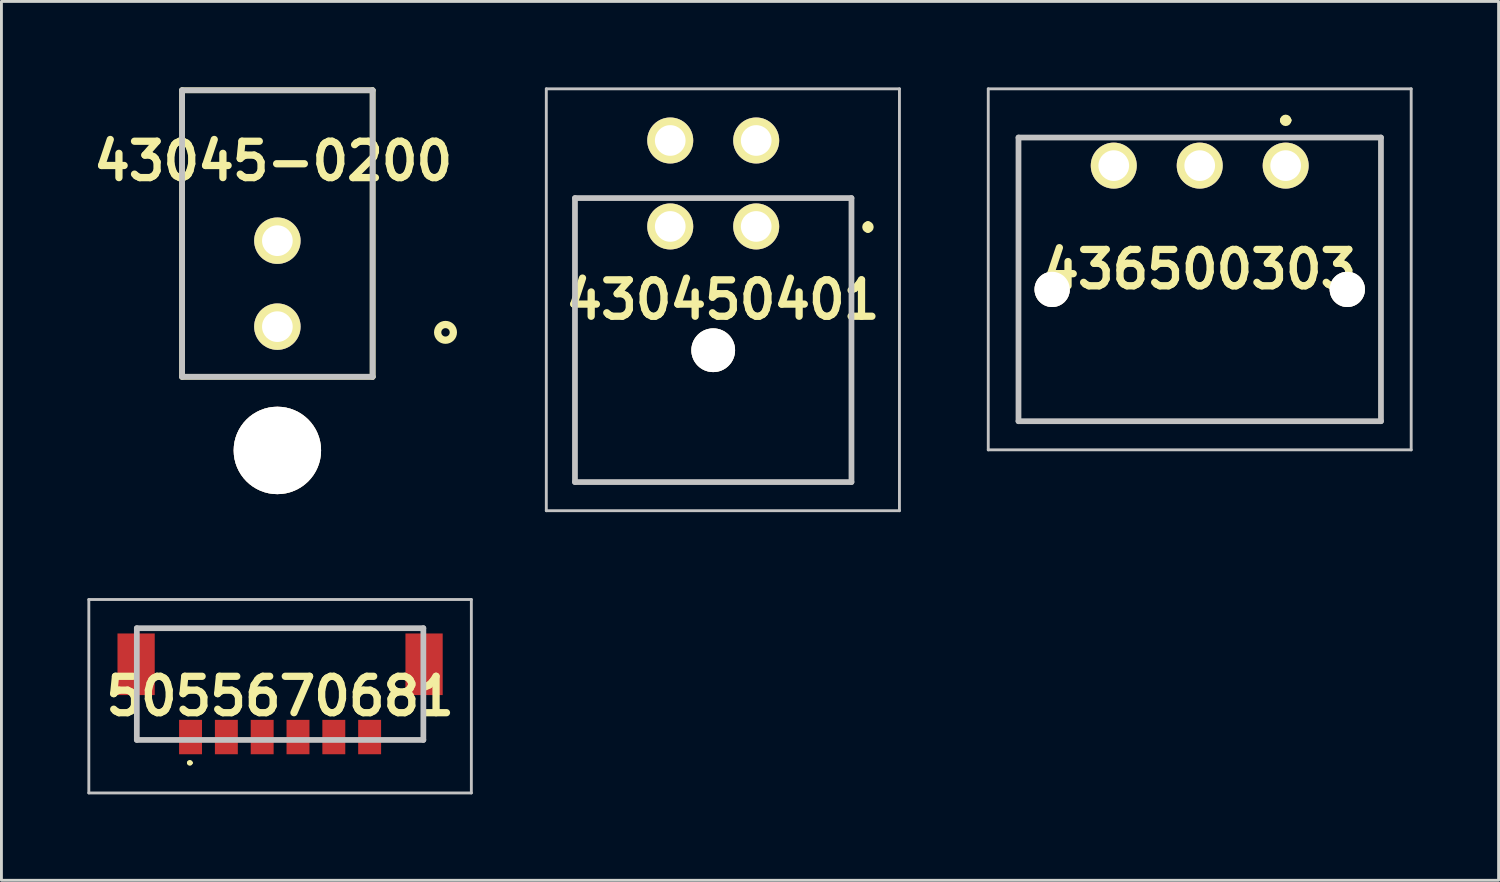
<source format=kicad_pcb>
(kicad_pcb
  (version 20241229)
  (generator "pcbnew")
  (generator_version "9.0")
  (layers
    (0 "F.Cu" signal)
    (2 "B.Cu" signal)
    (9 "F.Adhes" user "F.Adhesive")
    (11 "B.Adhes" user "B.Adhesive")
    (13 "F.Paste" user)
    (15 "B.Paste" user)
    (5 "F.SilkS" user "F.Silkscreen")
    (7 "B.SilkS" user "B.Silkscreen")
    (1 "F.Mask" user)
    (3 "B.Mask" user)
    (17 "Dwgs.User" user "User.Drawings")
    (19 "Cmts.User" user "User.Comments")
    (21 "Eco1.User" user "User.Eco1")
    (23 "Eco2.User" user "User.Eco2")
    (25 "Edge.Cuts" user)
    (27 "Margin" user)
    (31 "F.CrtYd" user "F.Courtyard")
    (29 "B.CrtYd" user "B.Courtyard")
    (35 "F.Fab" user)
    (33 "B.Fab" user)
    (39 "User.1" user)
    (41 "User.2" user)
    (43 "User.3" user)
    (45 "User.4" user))
  (footprint "43045-0200"
    (layer "F.Cu")
    (at 6.63 12.67)
    (property "Reference" "43045-0200" (at -0.147 -10.096 0) (layer "F.SilkS") (effects (font (size 1.27 1.27) (thickness 0.254))))
    (attr through_hole)
    (fp_line (start -3.325 -12.57) (end -3.325 -2.57) (stroke (width 0.2) (type solid)) (layer "F.SilkS"))
    (fp_line (start -3.325 -2.57) (end 3.325 -2.57) (stroke (width 0.2) (type solid)) (layer "F.SilkS"))
    (fp_line (start 3.325 -12.57) (end -3.325 -12.57) (stroke (width 0.2) (type solid)) (layer "F.SilkS"))
    (fp_line (start 3.325 -2.57) (end 3.325 -12.57) (stroke (width 0.2) (type solid)) (layer "F.SilkS"))
    (fp_circle (center 5.868 -4.121) (end 5.594 -4.121) (stroke (width 0.254) (type solid)) (fill no) (layer "F.SilkS"))
    (fp_line (start -3.325 -12.57) (end -3.325 -2.57) (stroke (width 0.2) (type solid)) (layer "Dwgs.User"))
    (fp_line (start -3.325 -2.57) (end 3.325 -2.57) (stroke (width 0.2) (type solid)) (layer "Dwgs.User"))
    (fp_line (start 3.325 -12.57) (end -3.325 -12.57) (stroke (width 0.2) (type solid)) (layer "Dwgs.User"))
    (fp_line (start 3.325 -2.57) (end 3.325 -12.57) (stroke (width 0.2) (type solid)) (layer "Dwgs.User"))
    (pad "1" thru_hole circle (at 0 -4.32 90) (size 1.62 1.62) (drill 1.07) (layers "*.Cu" "*.Mask" "F.SilkS"))
    (pad "2" thru_hole circle (at 0 -7.32 90) (size 1.62 1.62) (drill 1.07) (layers "*.Cu" "*.Mask" "F.SilkS"))
    (pad "3" thru_hole circle (at 0 0 90) (size 3.05 3.05) (drill 3.05) (layers "*.Cu" "*.Mask" "F.SilkS")))
  (footprint "436500303"
    (layer "F.Cu")
    (at 38.82 11.65)
    (property "Reference" "436500303" (at 0 -5.3 0) (layer "F.SilkS") (effects (font (size 1.27 1.27) (thickness 0.254))))
    (attr through_hole)
    (fp_line (start -6.325 -9.9) (end 6.325 -9.9) (stroke (width 0.1) (type solid)) (layer "F.SilkS"))
    (fp_line (start -6.325 -6) (end -6.325 -9.9) (stroke (width 0.1) (type solid)) (layer "F.SilkS"))
    (fp_line (start -6.325 -3) (end -6.325 0) (stroke (width 0.1) (type solid)) (layer "F.SilkS"))
    (fp_line (start -6.325 0) (end 6.325 0) (stroke (width 0.1) (type solid)) (layer "F.SilkS"))
    (fp_line (start 2.9 -10.5) (end 2.9 -10.5) (stroke (width 0.2) (type solid)) (layer "F.SilkS"))
    (fp_line (start 3.1 -10.5) (end 3.1 -10.5) (stroke (width 0.2) (type solid)) (layer "F.SilkS"))
    (fp_line (start 6.325 -9.9) (end 6.325 -6) (stroke (width 0.1) (type solid)) (layer "F.SilkS"))
    (fp_line (start 6.325 0) (end 6.325 -3) (stroke (width 0.1) (type solid)) (layer "F.SilkS"))
    (fp_arc (start 2.9 -10.5) (mid 3 -10.6) (end 3.1 -10.5) (stroke (width 0.2) (type solid)) (layer "F.SilkS"))
    (fp_arc (start 3.1 -10.5) (mid 3 -10.4) (end 2.9 -10.5) (stroke (width 0.2) (type solid)) (layer "F.SilkS"))
    (fp_line (start -7.38 -11.6) (end 7.38 -11.6) (stroke (width 0.1) (type solid)) (layer "Dwgs.User"))
    (fp_line (start -7.38 1) (end -7.38 -11.6) (stroke (width 0.1) (type solid)) (layer "Dwgs.User"))
    (fp_line (start -6.325 -9.9) (end 6.325 -9.9) (stroke (width 0.2) (type solid)) (layer "Dwgs.User"))
    (fp_line (start -6.325 0) (end -6.325 -9.9) (stroke (width 0.2) (type solid)) (layer "Dwgs.User"))
    (fp_line (start 6.325 -9.9) (end 6.325 0) (stroke (width 0.2) (type solid)) (layer "Dwgs.User"))
    (fp_line (start 6.325 0) (end -6.325 0) (stroke (width 0.2) (type solid)) (layer "Dwgs.User"))
    (fp_line (start 7.38 -11.6) (end 7.38 1) (stroke (width 0.1) (type solid)) (layer "Dwgs.User"))
    (fp_line (start 7.38 1) (end -7.38 1) (stroke (width 0.1) (type solid)) (layer "Dwgs.User"))
    (pad "1" thru_hole circle (at 3 -8.92 90) (size 1.605 1.605) (drill 1.07) (layers "*.Cu" "*.Mask" "F.SilkS"))
    (pad "2" thru_hole circle (at 0 -8.92 90) (size 1.605 1.605) (drill 1.07) (layers "*.Cu" "*.Mask" "F.SilkS"))
    (pad "3" thru_hole circle (at -3 -8.92 90) (size 1.605 1.605) (drill 1.07) (layers "*.Cu" "*.Mask" "F.SilkS"))
    (pad "4" thru_hole circle (at -5.15 -4.6 90) (size 1.23 1.23) (drill 2.46) (layers "*.Cu" "*.Mask" "F.SilkS"))
    (pad "5" thru_hole circle (at 5.15 -4.6 90) (size 1.23 1.23) (drill 2.46) (layers "*.Cu" "*.Mask" "F.SilkS")))
  (footprint "5055670681"
    (layer "F.Cu")
    (at 6.725 21.248)
    (property "Reference" "5055670681" (at 0 0 0) (layer "F.SilkS") (effects (font (size 1.27 1.27) (thickness 0.254))))
    (attr smd)
    (fp_line (start -5.025 0.525) (end -5 1.525) (stroke (width 0.1) (type solid)) (layer "F.SilkS"))
    (fp_line (start -5 -2.375) (end 5.025 -2.375) (stroke (width 0.1) (type solid)) (layer "F.SilkS"))
    (fp_line (start -5 1.525) (end -4 1.525) (stroke (width 0.1) (type solid)) (layer "F.SilkS"))
    (fp_line (start -3.2 2.325) (end -3.2 2.325) (stroke (width 0.1) (type solid)) (layer "F.SilkS"))
    (fp_line (start -3.1 2.325) (end -3.1 2.325) (stroke (width 0.1) (type solid)) (layer "F.SilkS"))
    (fp_line (start 5 0.525) (end 5.025 1.425) (stroke (width 0.1) (type solid)) (layer "F.SilkS"))
    (fp_line (start 5 1.525) (end 4 1.525) (stroke (width 0.1) (type solid)) (layer "F.SilkS"))
    (fp_line (start 5.025 1.425) (end 5 1.525) (stroke (width 0.1) (type solid)) (layer "F.SilkS"))
    (fp_arc (start -3.2 2.325) (mid -3.15 2.275) (end -3.1 2.325) (stroke (width 0.1) (type solid)) (layer "F.SilkS"))
    (fp_arc (start -3.1 2.325) (mid -3.15 2.375) (end -3.2 2.325) (stroke (width 0.1) (type solid)) (layer "F.SilkS"))
    (fp_line (start -6.675 -3.375) (end 6.675 -3.375) (stroke (width 0.1) (type solid)) (layer "Dwgs.User"))
    (fp_line (start -6.675 3.375) (end -6.675 -3.375) (stroke (width 0.1) (type solid)) (layer "Dwgs.User"))
    (fp_line (start -5 -2.375) (end 5 -2.375) (stroke (width 0.2) (type solid)) (layer "Dwgs.User"))
    (fp_line (start -5 1.525) (end -5 -2.375) (stroke (width 0.2) (type solid)) (layer "Dwgs.User"))
    (fp_line (start 5 -2.375) (end 5 1.525) (stroke (width 0.2) (type solid)) (layer "Dwgs.User"))
    (fp_line (start 5 1.525) (end -5 1.525) (stroke (width 0.2) (type solid)) (layer "Dwgs.User"))
    (fp_line (start 6.675 -3.375) (end 6.675 3.375) (stroke (width 0.1) (type solid)) (layer "Dwgs.User"))
    (fp_line (start 6.675 3.375) (end -6.675 3.375) (stroke (width 0.1) (type solid)) (layer "Dwgs.User"))
    (pad "1" smd rect (at -3.125 1.425) (size 0.8 1.2) (layers "F.Cu" "F.Mask" "F.Paste"))
    (pad "2" smd rect (at -1.875 1.425) (size 0.8 1.2) (layers "F.Cu" "F.Mask" "F.Paste"))
    (pad "3" smd rect (at -0.625 1.425) (size 0.8 1.2) (layers "F.Cu" "F.Mask" "F.Paste"))
    (pad "4" smd rect (at 0.625 1.425) (size 0.8 1.2) (layers "F.Cu" "F.Mask" "F.Paste"))
    (pad "5" smd rect (at 1.875 1.425) (size 0.8 1.2) (layers "F.Cu" "F.Mask" "F.Paste"))
    (pad "6" smd rect (at 3.125 1.425) (size 0.8 1.2) (layers "F.Cu" "F.Mask" "F.Paste"))
    (pad "7" smd rect (at -5.025 -1.115) (size 1.3 2.15) (layers "F.Cu" "F.Mask" "F.Paste"))
    (pad "8" smd rect (at 5.025 -1.115) (size 1.3 2.15) (layers "F.Cu" "F.Mask" "F.Paste")))
  (footprint "430450401"
    (layer "F.Cu")
    (at 22.178 7.813)
    (property "Reference" "430450401" (at 0 -0.401 0) (layer "F.SilkS") (effects (font (size 1.27 1.27) (thickness 0.254))))
    (attr through_hole)
    (fp_line (start -5.162 -3.95) (end 4.488 -3.95) (stroke (width 0.1) (type solid)) (layer "F.SilkS"))
    (fp_line (start -5.162 5.96) (end -5.162 -3.95) (stroke (width 0.1) (type solid)) (layer "F.SilkS"))
    (fp_line (start 4.488 -3.95) (end 4.488 5.96) (stroke (width 0.1) (type solid)) (layer "F.SilkS"))
    (fp_line (start 4.488 5.96) (end -5.162 5.96) (stroke (width 0.1) (type solid)) (layer "F.SilkS"))
    (fp_line (start 5.063 -3.04) (end 5.063 -3.04) (stroke (width 0.2) (type solid)) (layer "F.SilkS"))
    (fp_line (start 5.063 -2.84) (end 5.063 -2.84) (stroke (width 0.2) (type solid)) (layer "F.SilkS"))
    (fp_arc (start 5.063 -3.04) (mid 5.163 -2.94) (end 5.063 -2.84) (stroke (width 0.2) (type solid)) (layer "F.SilkS"))
    (fp_arc (start 5.063 -2.84) (mid 4.963 -2.94) (end 5.063 -3.04) (stroke (width 0.2) (type solid)) (layer "F.SilkS"))
    (fp_line (start -6.162 -7.763) (end 6.162 -7.763) (stroke (width 0.1) (type solid)) (layer "Dwgs.User"))
    (fp_line (start -6.162 6.96) (end -6.162 -7.763) (stroke (width 0.1) (type solid)) (layer "Dwgs.User"))
    (fp_line (start -5.162 -3.95) (end 4.488 -3.95) (stroke (width 0.2) (type solid)) (layer "Dwgs.User"))
    (fp_line (start -5.162 5.96) (end -5.162 -3.95) (stroke (width 0.2) (type solid)) (layer "Dwgs.User"))
    (fp_line (start 4.488 -3.95) (end 4.488 5.96) (stroke (width 0.2) (type solid)) (layer "Dwgs.User"))
    (fp_line (start 4.488 5.96) (end -5.162 5.96) (stroke (width 0.2) (type solid)) (layer "Dwgs.User"))
    (fp_line (start 6.162 -7.763) (end 6.162 6.96) (stroke (width 0.1) (type solid)) (layer "Dwgs.User"))
    (fp_line (start 6.162 6.96) (end -6.162 6.96) (stroke (width 0.1) (type solid)) (layer "Dwgs.User"))
    (pad "1" thru_hole circle (at 1.163 -2.96 90) (size 1.605 1.605) (drill 1.07) (layers "*.Cu" "*.Mask" "F.SilkS"))
    (pad "2" thru_hole circle (at -1.837 -2.96 90) (size 1.605 1.605) (drill 1.07) (layers "*.Cu" "*.Mask" "F.SilkS"))
    (pad "3" thru_hole circle (at 1.163 -5.96 90) (size 1.605 1.605) (drill 1.07) (layers "*.Cu" "*.Mask" "F.SilkS"))
    (pad "4" thru_hole circle (at -1.837 -5.96 90) (size 1.605 1.605) (drill 1.07) (layers "*.Cu" "*.Mask" "F.SilkS"))
    (pad "5" thru_hole circle (at -0.337 1.36 90) (size 1.525 1.525) (drill 3.05) (layers "*.Cu" "*.Mask" "F.SilkS")))
  (gr_rect
    (start -3 -3)
    (end 49.25 27.673)
    (stroke (width 0.1) (type default))
    (fill no)
    (layer "Edge.Cuts")))
</source>
